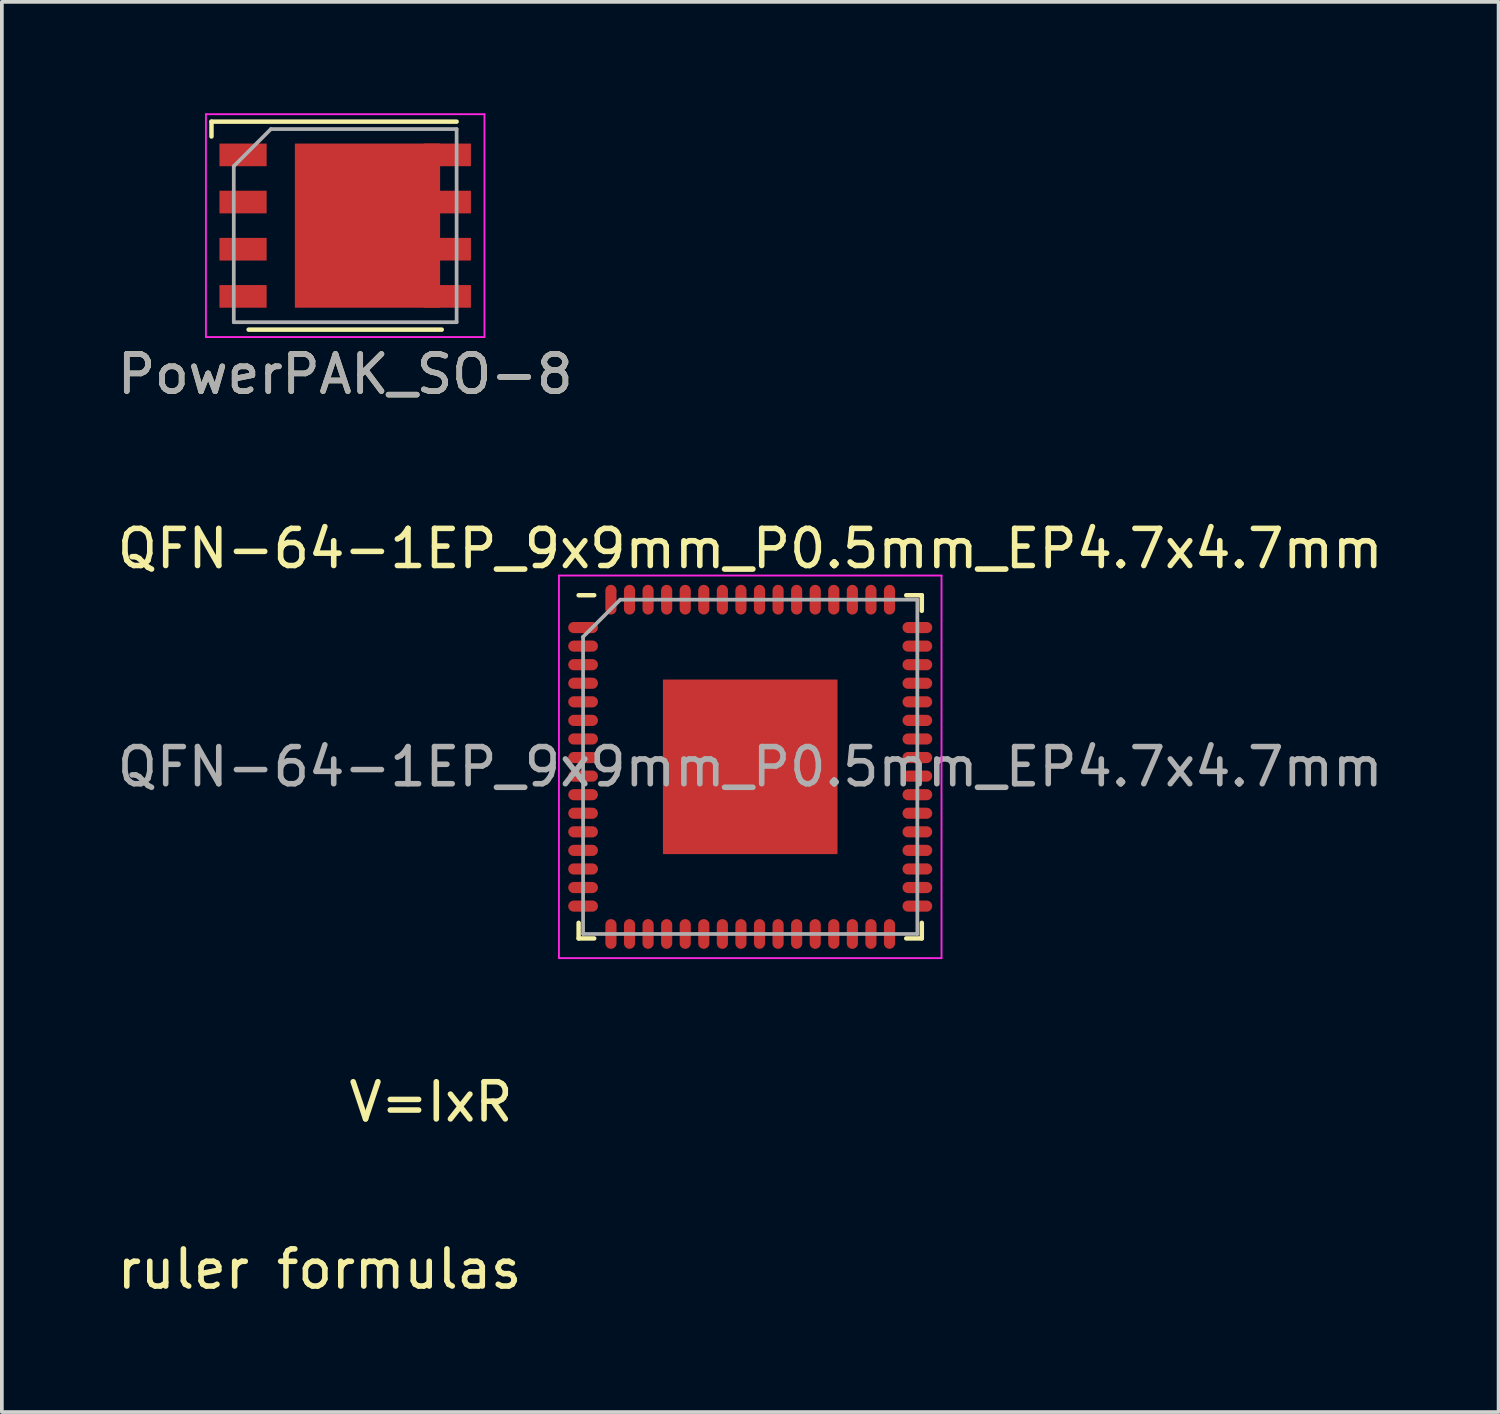
<source format=kicad_pcb>
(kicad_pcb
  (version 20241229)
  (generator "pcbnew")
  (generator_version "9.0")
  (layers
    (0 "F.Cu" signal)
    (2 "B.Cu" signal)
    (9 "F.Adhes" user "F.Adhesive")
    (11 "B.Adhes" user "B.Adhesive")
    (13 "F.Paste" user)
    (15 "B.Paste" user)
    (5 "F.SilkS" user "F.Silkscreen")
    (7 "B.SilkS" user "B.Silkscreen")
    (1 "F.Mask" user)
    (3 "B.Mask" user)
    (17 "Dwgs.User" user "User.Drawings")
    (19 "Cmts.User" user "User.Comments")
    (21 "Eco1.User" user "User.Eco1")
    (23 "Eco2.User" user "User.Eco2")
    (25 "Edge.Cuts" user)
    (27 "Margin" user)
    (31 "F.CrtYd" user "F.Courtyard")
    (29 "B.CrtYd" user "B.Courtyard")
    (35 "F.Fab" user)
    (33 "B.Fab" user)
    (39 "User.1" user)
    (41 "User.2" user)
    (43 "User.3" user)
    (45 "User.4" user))
  (footprint "PowerPAK_SO-8"
    (layer "F.Cu")
    (at 6.244 3.025)
    (property "Reference" "PowerPAK_SO-8" (at 0 4 0) (layer "F.SilkS") (effects (font (size 1 1) (thickness 0.15))))
    (attr smd)
    (fp_line (start -3.6 -2.8) (end -3.6 -2.4) (stroke (width 0.12) (type solid)) (layer "F.SilkS"))
    (fp_line (start 2.6 2.8) (end -2.6 2.8) (stroke (width 0.12) (type solid)) (layer "F.SilkS"))
    (fp_line (start 3 -2.8) (end -3.6 -2.8) (stroke (width 0.12) (type solid)) (layer "F.SilkS"))
    (fp_line (start -3.75 -3) (end -3.75 3) (stroke (width 0.05) (type solid)) (layer "F.CrtYd"))
    (fp_line (start -3.75 3) (end 3.75 3) (stroke (width 0.05) (type solid)) (layer "F.CrtYd"))
    (fp_line (start 3.75 -3) (end -3.75 -3) (stroke (width 0.05) (type solid)) (layer "F.CrtYd"))
    (fp_line (start 3.75 3) (end 3.75 -3) (stroke (width 0.05) (type solid)) (layer "F.CrtYd"))
    (fp_line (start -3 2.6) (end -3 -1.6) (stroke (width 0.1) (type solid)) (layer "F.Fab"))
    (fp_line (start -2 -2.6) (end -3 -1.6) (stroke (width 0.1) (type solid)) (layer "F.Fab"))
    (fp_line (start -2 -2.6) (end 3 -2.6) (stroke (width 0.1) (type solid)) (layer "F.Fab"))
    (fp_line (start 3 -2.6) (end 3 2.6) (stroke (width 0.1) (type solid)) (layer "F.Fab"))
    (fp_line (start 3 2.6) (end -3 2.6) (stroke (width 0.1) (type solid)) (layer "F.Fab"))
    (fp_text user "${REFERENCE}" (at 0 4 0) (layer "F.Fab") (effects (font (size 1 1) (thickness 0.15))))
    (pad "1" smd rect (at -2.75 -1.905 270) (size 0.61 1.27) (layers "F.Cu" "F.Mask" "F.Paste"))
    (pad "2" smd rect (at -2.75 -0.635 270) (size 0.61 1.27) (layers "F.Cu" "F.Mask" "F.Paste"))
    (pad "3" smd rect (at -2.75 0.635 270) (size 0.61 1.27) (layers "F.Cu" "F.Mask" "F.Paste"))
    (pad "4" smd rect (at -2.75 1.905 270) (size 0.61 1.27) (layers "F.Cu" "F.Mask" "F.Paste"))
    (pad "5" smd rect (at -0.75 -1.09 270) (size 1.55 1.2) (layers "F.Cu" "F.Mask" "F.Paste"))
    (pad "5" smd rect (at -0.75 1.09 270) (size 1.55 1.2) (layers "F.Cu" "F.Mask" "F.Paste"))
    (pad "5" smd rect (at 0.6 0 270) (size 4.42 3.91) (layers "F.Cu" "F.Mask" "F.Paste"))
    (pad "5" smd rect (at 1.25 -1.09 270) (size 1.55 1.6) (layers "F.Cu" "F.Mask" "F.Paste"))
    (pad "5" smd rect (at 1.25 1.09 270) (size 1.55 1.6) (layers "F.Cu" "F.Mask" "F.Paste"))
    (pad "5" smd rect (at 2.75 -1.905 270) (size 0.61 1.27) (layers "F.Cu" "F.Mask" "F.Paste"))
    (pad "5" smd rect (at 2.75 -0.635 270) (size 0.61 1.27) (layers "F.Cu" "F.Mask" "F.Paste"))
    (pad "5" smd rect (at 2.75 0.635 270) (size 0.61 1.27) (layers "F.Cu" "F.Mask" "F.Paste"))
    (pad "5" smd rect (at 2.75 1.905 270) (size 0.61 1.27) (layers "F.Cu" "F.Mask" "F.Paste")))
  (footprint "ruler formulas"
    (layer "F.Cu")
    (at 5.554 30.62)
    (property "Reference" "ruler formulas" (at 0 0.5 0) (layer "F.SilkS") (effects (font (size 1 1) (thickness 0.15))))
    (attr through_hole)
    (fp_text user "V=IxR" (at 3 -4 0) (layer "F.SilkS") (effects (font (size 1 1) (thickness 0.15)))))
  (footprint "QFN-64-1EP_9x9mm_P0.5mm_EP4.7x4.7mm"
    (layer "F.Cu")
    (at 17.149 17.596)
    (property "Reference" "QFN-64-1EP_9x9mm_P0.5mm_EP4.7x4.7mm" (at 0 -5.875 0) (layer "F.SilkS") (effects (font (size 1 1) (thickness 0.15))))
    (attr smd)
    (fp_line (start -4.62 -4.62) (end -4.2 -4.62) (stroke (width 0.12) (type solid)) (layer "F.SilkS"))
    (fp_line (start -4.62 4.62) (end -4.62 4.2) (stroke (width 0.12) (type solid)) (layer "F.SilkS"))
    (fp_line (start -4.62 4.62) (end -4.2 4.62) (stroke (width 0.12) (type solid)) (layer "F.SilkS"))
    (fp_line (start 4.62 -4.62) (end 4.2 -4.62) (stroke (width 0.12) (type solid)) (layer "F.SilkS"))
    (fp_line (start 4.62 -4.62) (end 4.62 -4.2) (stroke (width 0.12) (type solid)) (layer "F.SilkS"))
    (fp_line (start 4.62 4.62) (end 4.2 4.62) (stroke (width 0.12) (type solid)) (layer "F.SilkS"))
    (fp_line (start 4.62 4.62) (end 4.62 4.2) (stroke (width 0.12) (type solid)) (layer "F.SilkS"))
    (fp_line (start -5.15 -5.15) (end -5.15 5.15) (stroke (width 0.05) (type solid)) (layer "F.CrtYd"))
    (fp_line (start -5.15 -5.15) (end 5.15 -5.15) (stroke (width 0.05) (type solid)) (layer "F.CrtYd"))
    (fp_line (start -5.15 5.15) (end 5.15 5.15) (stroke (width 0.05) (type solid)) (layer "F.CrtYd"))
    (fp_line (start 5.15 -5.15) (end 5.15 5.15) (stroke (width 0.05) (type solid)) (layer "F.CrtYd"))
    (fp_line (start -4.5 -3.5) (end -3.5 -4.5) (stroke (width 0.1) (type solid)) (layer "F.Fab"))
    (fp_line (start -4.5 4.5) (end -4.5 -3.5) (stroke (width 0.1) (type solid)) (layer "F.Fab"))
    (fp_line (start -3.5 -4.5) (end 4.5 -4.5) (stroke (width 0.1) (type solid)) (layer "F.Fab"))
    (fp_line (start 4.5 -4.5) (end 4.5 4.5) (stroke (width 0.1) (type solid)) (layer "F.Fab"))
    (fp_line (start 4.5 4.5) (end -4.5 4.5) (stroke (width 0.1) (type solid)) (layer "F.Fab"))
    (fp_text user "${REFERENCE}" (at 0 0 0) (layer "F.Fab") (effects (font (size 1 1) (thickness 0.15))))
    (pad "" smd rect (at -1.4 -1.4) (size 1.19 1.19) (layers "F.Paste"))
    (pad "" smd rect (at -1.4 0) (size 1.19 1.19) (layers "F.Paste"))
    (pad "" smd rect (at -1.4 1.4) (size 1.19 1.19) (layers "F.Paste"))
    (pad "" smd rect (at 0 -1.4) (size 1.19 1.19) (layers "F.Paste"))
    (pad "" smd rect (at 0 0) (size 1.19 1.19) (layers "F.Paste"))
    (pad "" smd rect (at 0 1.4) (size 1.19 1.19) (layers "F.Paste"))
    (pad "" smd rect (at 1.4 -1.4) (size 1.19 1.19) (layers "F.Paste"))
    (pad "" smd rect (at 1.4 0) (size 1.19 1.19) (layers "F.Paste"))
    (pad "" smd rect (at 1.4 1.4) (size 1.19 1.19) (layers "F.Paste"))
    (pad "1" smd oval (at -4.5 -3.75) (size 0.8 0.3) (layers "F.Cu" "F.Mask" "F.Paste"))
    (pad "2" smd oval (at -4.5 -3.25) (size 0.8 0.3) (layers "F.Cu" "F.Mask" "F.Paste"))
    (pad "3" smd oval (at -4.5 -2.75) (size 0.8 0.3) (layers "F.Cu" "F.Mask" "F.Paste"))
    (pad "4" smd oval (at -4.5 -2.25) (size 0.8 0.3) (layers "F.Cu" "F.Mask" "F.Paste"))
    (pad "5" smd oval (at -4.5 -1.75) (size 0.8 0.3) (layers "F.Cu" "F.Mask" "F.Paste"))
    (pad "6" smd oval (at -4.5 -1.25) (size 0.8 0.3) (layers "F.Cu" "F.Mask" "F.Paste"))
    (pad "7" smd oval (at -4.5 -0.75) (size 0.8 0.3) (layers "F.Cu" "F.Mask" "F.Paste"))
    (pad "8" smd oval (at -4.5 -0.25) (size 0.8 0.3) (layers "F.Cu" "F.Mask" "F.Paste"))
    (pad "9" smd oval (at -4.5 0.25) (size 0.8 0.3) (layers "F.Cu" "F.Mask" "F.Paste"))
    (pad "10" smd oval (at -4.5 0.75) (size 0.8 0.3) (layers "F.Cu" "F.Mask" "F.Paste"))
    (pad "11" smd oval (at -4.5 1.25) (size 0.8 0.3) (layers "F.Cu" "F.Mask" "F.Paste"))
    (pad "12" smd oval (at -4.5 1.75) (size 0.8 0.3) (layers "F.Cu" "F.Mask" "F.Paste"))
    (pad "13" smd oval (at -4.5 2.25) (size 0.8 0.3) (layers "F.Cu" "F.Mask" "F.Paste"))
    (pad "14" smd oval (at -4.5 2.75) (size 0.8 0.3) (layers "F.Cu" "F.Mask" "F.Paste"))
    (pad "15" smd oval (at -4.5 3.25) (size 0.8 0.3) (layers "F.Cu" "F.Mask" "F.Paste"))
    (pad "16" smd oval (at -4.5 3.75) (size 0.8 0.3) (layers "F.Cu" "F.Mask" "F.Paste"))
    (pad "17" smd oval (at -3.75 4.5 90) (size 0.8 0.3) (layers "F.Cu" "F.Mask" "F.Paste"))
    (pad "18" smd oval (at -3.25 4.5 90) (size 0.8 0.3) (layers "F.Cu" "F.Mask" "F.Paste"))
    (pad "19" smd oval (at -2.75 4.5 90) (size 0.8 0.3) (layers "F.Cu" "F.Mask" "F.Paste"))
    (pad "20" smd oval (at -2.25 4.5 90) (size 0.8 0.3) (layers "F.Cu" "F.Mask" "F.Paste"))
    (pad "21" smd oval (at -1.75 4.5 90) (size 0.8 0.3) (layers "F.Cu" "F.Mask" "F.Paste"))
    (pad "22" smd oval (at -1.25 4.5 90) (size 0.8 0.3) (layers "F.Cu" "F.Mask" "F.Paste"))
    (pad "23" smd oval (at -0.75 4.5 90) (size 0.8 0.3) (layers "F.Cu" "F.Mask" "F.Paste"))
    (pad "24" smd oval (at -0.25 4.5 90) (size 0.8 0.3) (layers "F.Cu" "F.Mask" "F.Paste"))
    (pad "25" smd oval (at 0.25 4.5 90) (size 0.8 0.3) (layers "F.Cu" "F.Mask" "F.Paste"))
    (pad "26" smd oval (at 0.75 4.5 90) (size 0.8 0.3) (layers "F.Cu" "F.Mask" "F.Paste"))
    (pad "27" smd oval (at 1.25 4.5 90) (size 0.8 0.3) (layers "F.Cu" "F.Mask" "F.Paste"))
    (pad "28" smd oval (at 1.75 4.5 90) (size 0.8 0.3) (layers "F.Cu" "F.Mask" "F.Paste"))
    (pad "29" smd oval (at 2.25 4.5 90) (size 0.8 0.3) (layers "F.Cu" "F.Mask" "F.Paste"))
    (pad "30" smd oval (at 2.75 4.5 90) (size 0.8 0.3) (layers "F.Cu" "F.Mask" "F.Paste"))
    (pad "31" smd oval (at 3.25 4.5 90) (size 0.8 0.3) (layers "F.Cu" "F.Mask" "F.Paste"))
    (pad "32" smd oval (at 3.75 4.5 90) (size 0.8 0.3) (layers "F.Cu" "F.Mask" "F.Paste"))
    (pad "33" smd oval (at 4.5 3.75) (size 0.8 0.3) (layers "F.Cu" "F.Mask" "F.Paste"))
    (pad "34" smd oval (at 4.5 3.25) (size 0.8 0.3) (layers "F.Cu" "F.Mask" "F.Paste"))
    (pad "35" smd oval (at 4.5 2.75) (size 0.8 0.3) (layers "F.Cu" "F.Mask" "F.Paste"))
    (pad "36" smd oval (at 4.5 2.25) (size 0.8 0.3) (layers "F.Cu" "F.Mask" "F.Paste"))
    (pad "37" smd oval (at 4.5 1.75) (size 0.8 0.3) (layers "F.Cu" "F.Mask" "F.Paste"))
    (pad "38" smd oval (at 4.5 1.25) (size 0.8 0.3) (layers "F.Cu" "F.Mask" "F.Paste"))
    (pad "39" smd oval (at 4.5 0.75) (size 0.8 0.3) (layers "F.Cu" "F.Mask" "F.Paste"))
    (pad "40" smd oval (at 4.5 0.25) (size 0.8 0.3) (layers "F.Cu" "F.Mask" "F.Paste"))
    (pad "41" smd oval (at 4.5 -0.25) (size 0.8 0.3) (layers "F.Cu" "F.Mask" "F.Paste"))
    (pad "42" smd oval (at 4.5 -0.75) (size 0.8 0.3) (layers "F.Cu" "F.Mask" "F.Paste"))
    (pad "43" smd oval (at 4.5 -1.25) (size 0.8 0.3) (layers "F.Cu" "F.Mask" "F.Paste"))
    (pad "44" smd oval (at 4.5 -1.75) (size 0.8 0.3) (layers "F.Cu" "F.Mask" "F.Paste"))
    (pad "45" smd oval (at 4.5 -2.25) (size 0.8 0.3) (layers "F.Cu" "F.Mask" "F.Paste"))
    (pad "46" smd oval (at 4.5 -2.75) (size 0.8 0.3) (layers "F.Cu" "F.Mask" "F.Paste"))
    (pad "47" smd oval (at 4.5 -3.25) (size 0.8 0.3) (layers "F.Cu" "F.Mask" "F.Paste"))
    (pad "48" smd oval (at 4.5 -3.75) (size 0.8 0.3) (layers "F.Cu" "F.Mask" "F.Paste"))
    (pad "49" smd oval (at 3.75 -4.5 90) (size 0.8 0.3) (layers "F.Cu" "F.Mask" "F.Paste"))
    (pad "50" smd oval (at 3.25 -4.5 90) (size 0.8 0.3) (layers "F.Cu" "F.Mask" "F.Paste"))
    (pad "51" smd oval (at 2.75 -4.5 90) (size 0.8 0.3) (layers "F.Cu" "F.Mask" "F.Paste"))
    (pad "52" smd oval (at 2.25 -4.5 90) (size 0.8 0.3) (layers "F.Cu" "F.Mask" "F.Paste"))
    (pad "53" smd oval (at 1.75 -4.5 90) (size 0.8 0.3) (layers "F.Cu" "F.Mask" "F.Paste"))
    (pad "54" smd oval (at 1.25 -4.5 90) (size 0.8 0.3) (layers "F.Cu" "F.Mask" "F.Paste"))
    (pad "55" smd oval (at 0.75 -4.5 90) (size 0.8 0.3) (layers "F.Cu" "F.Mask" "F.Paste"))
    (pad "56" smd oval (at 0.25 -4.5 90) (size 0.8 0.3) (layers "F.Cu" "F.Mask" "F.Paste"))
    (pad "57" smd oval (at -0.25 -4.5 90) (size 0.8 0.3) (layers "F.Cu" "F.Mask" "F.Paste"))
    (pad "58" smd oval (at -0.75 -4.5 90) (size 0.8 0.3) (layers "F.Cu" "F.Mask" "F.Paste"))
    (pad "59" smd oval (at -1.25 -4.5 90) (size 0.8 0.3) (layers "F.Cu" "F.Mask" "F.Paste"))
    (pad "60" smd oval (at -1.75 -4.5 90) (size 0.8 0.3) (layers "F.Cu" "F.Mask" "F.Paste"))
    (pad "61" smd oval (at -2.25 -4.5 90) (size 0.8 0.3) (layers "F.Cu" "F.Mask" "F.Paste"))
    (pad "62" smd oval (at -2.75 -4.5 90) (size 0.8 0.3) (layers "F.Cu" "F.Mask" "F.Paste"))
    (pad "63" smd oval (at -3.25 -4.5 90) (size 0.8 0.3) (layers "F.Cu" "F.Mask" "F.Paste"))
    (pad "64" smd oval (at -3.75 -4.5 90) (size 0.8 0.3) (layers "F.Cu" "F.Mask" "F.Paste"))
    (pad "65" smd rect (at 0 0) (size 4.7 4.7) (layers "F.Cu" "F.Mask")))
  (gr_rect
    (start -3 -3)
    (end 37.298 34.968)
    (stroke (width 0.1) (type default))
    (fill no)
    (layer "Edge.Cuts")))
</source>
